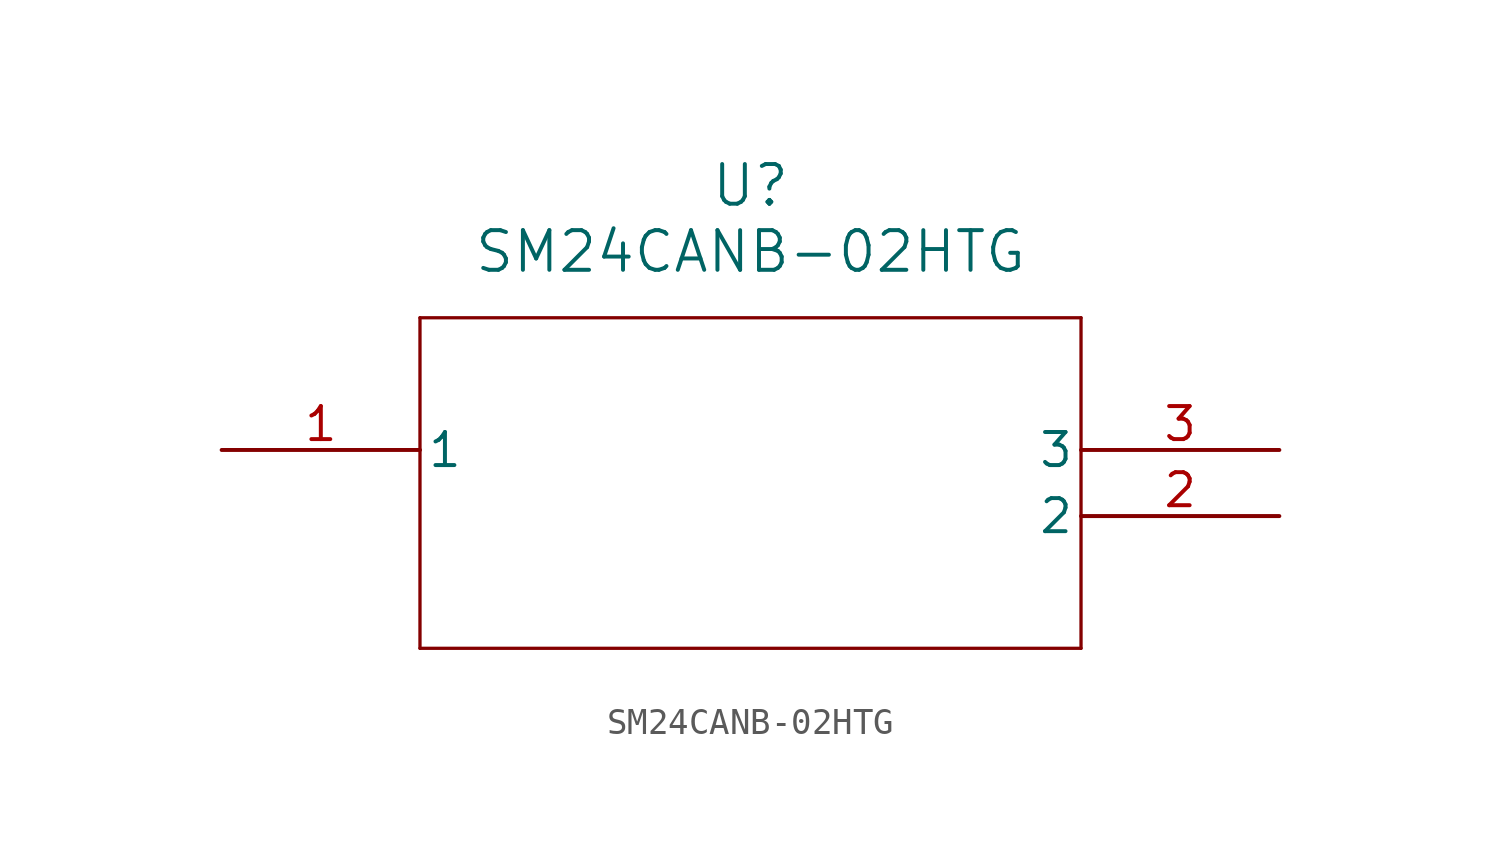
<source format=kicad_sym>
(kicad_symbol_lib
  (version 20211014)
  (generator kicad_symbol_editor)
  (symbol "SM24CANB-02HTG"
    (pin_names
      (offset 0.254))
    (property "Reference" "U"
      (at 20.32 10.16 0)
      (effects (font (size 1.524 1.524))))
    (property "Value" "SM24CANB-02HTG"
      (at 20.32 7.62 0)
      (effects (font (size 1.524 1.524))))
    (symbol "SM24CANB-02HTG_0_1"
      (polyline (pts (xy 7.62 5.08) (xy 7.62 -7.62)) (stroke (width 0.127) (type default) (color 0 0 0 0)) (fill (type none)))
      (polyline (pts (xy 7.62 -7.62) (xy 33.02 -7.62)) (stroke (width 0.127) (type default) (color 0 0 0 0)) (fill (type none)))
      (polyline (pts (xy 33.02 -7.62) (xy 33.02 5.08)) (stroke (width 0.127) (type default) (color 0 0 0 0)) (fill (type none)))
      (polyline (pts (xy 33.02 5.08) (xy 7.62 5.08)) (stroke (width 0.127) (type default) (color 0 0 0 0)) (fill (type none)))
      (pin unspecified line (at 0 0 0) (length 7.62) (name "1" (effects (font (size 1.27 1.27)))) (number "1" (effects (font (size 1.27 1.27)))))
      (pin unspecified line (at 40.64 -2.54 180) (length 7.62) (name "2" (effects (font (size 1.27 1.27)))) (number "2" (effects (font (size 1.27 1.27)))))
      (pin unspecified line (at 40.64 0 180) (length 7.62) (name "3" (effects (font (size 1.27 1.27)))) (number "3" (effects (font (size 1.27 1.27))))))))
</source>
